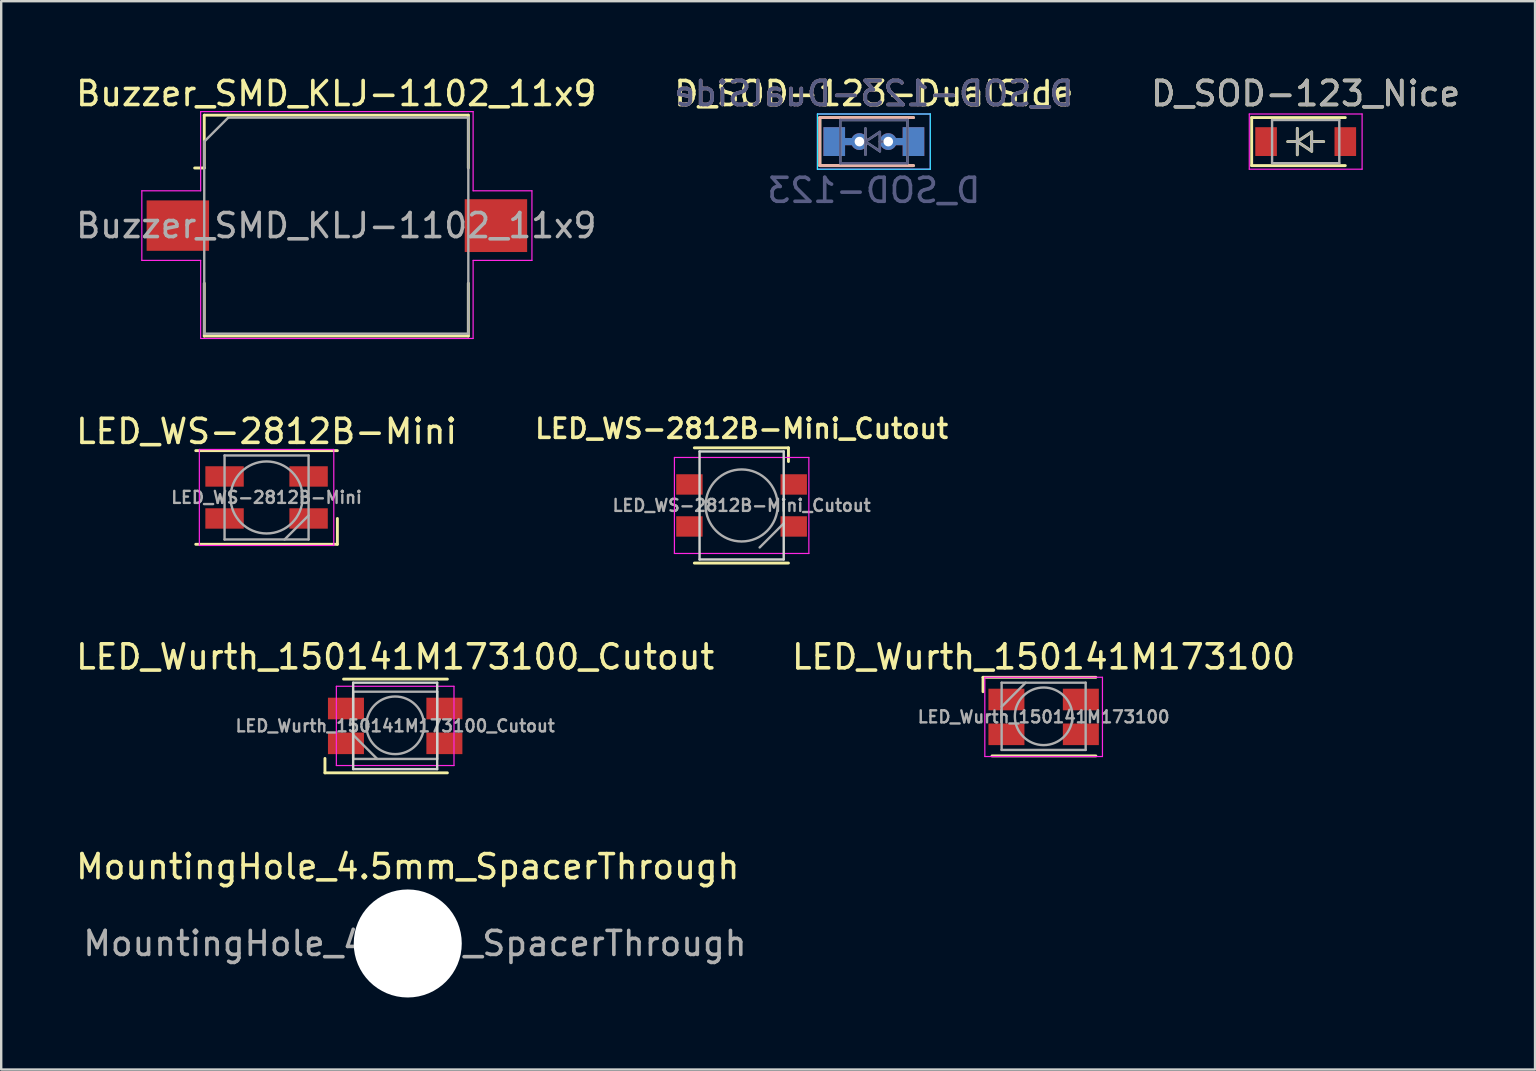
<source format=kicad_pcb>
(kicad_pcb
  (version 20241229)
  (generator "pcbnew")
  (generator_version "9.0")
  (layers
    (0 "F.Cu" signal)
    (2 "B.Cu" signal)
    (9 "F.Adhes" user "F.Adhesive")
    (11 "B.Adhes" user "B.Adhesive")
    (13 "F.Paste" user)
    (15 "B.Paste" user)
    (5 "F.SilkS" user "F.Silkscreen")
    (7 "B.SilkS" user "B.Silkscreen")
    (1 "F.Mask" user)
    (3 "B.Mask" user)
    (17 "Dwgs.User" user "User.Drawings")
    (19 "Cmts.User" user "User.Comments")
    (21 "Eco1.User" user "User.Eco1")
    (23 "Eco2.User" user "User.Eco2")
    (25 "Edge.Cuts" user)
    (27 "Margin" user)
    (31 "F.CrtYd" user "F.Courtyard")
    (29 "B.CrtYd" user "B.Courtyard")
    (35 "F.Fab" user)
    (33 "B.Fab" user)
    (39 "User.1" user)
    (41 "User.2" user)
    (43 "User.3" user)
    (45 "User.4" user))
  (footprint "LED_WS-2812B-Mini_Cutout"
    (layer "F.Cu")
    (at 27.843 18.005)
    (property "Reference" "LED_WS-2812B-Mini_Cutout" (at 0 -3.2 0) (layer "F.SilkS") (effects (font (size 0.8 0.8) (thickness 0.15))))
    (attr smd)
    (fp_line (start -1.97 -2.4) (end 1.95 -2.4) (stroke (width 0.12) (type solid)) (layer "F.SilkS"))
    (fp_line (start -1.97 2.4) (end 1.95 2.4) (stroke (width 0.12) (type solid)) (layer "F.SilkS"))
    (fp_line (start 1.95 -1.83) (end 1.95 -2.4) (stroke (width 0.12) (type solid)) (layer "F.SilkS"))
    (fp_line (start -1.753 -2.25) (end -1.753 2.25) (stroke (width 0.1) (type solid)) (layer "Edge.Cuts"))
    (fp_line (start -1.753 2.25) (end 1.753 2.25) (stroke (width 0.1) (type solid)) (layer "Edge.Cuts"))
    (fp_line (start 1.753 -2.25) (end -1.753 -2.25) (stroke (width 0.1) (type solid)) (layer "Edge.Cuts"))
    (fp_line (start 1.753 2.25) (end 1.753 -2.25) (stroke (width 0.1) (type solid)) (layer "Edge.Cuts"))
    (fp_line (start -2.8 -2) (end -2.8 2) (stroke (width 0.05) (type solid)) (layer "F.CrtYd"))
    (fp_line (start -2.8 2) (end 2.8 2) (stroke (width 0.05) (type solid)) (layer "F.CrtYd"))
    (fp_line (start 2.8 -2) (end -2.8 -2) (stroke (width 0.05) (type solid)) (layer "F.CrtYd"))
    (fp_line (start 2.8 2) (end 2.8 -2) (stroke (width 0.05) (type solid)) (layer "F.CrtYd"))
    (fp_line (start 1.75 0.75) (end 0.75 1.75) (stroke (width 0.1) (type solid)) (layer "F.Fab"))
    (fp_circle (center 0 0) (end 0 -1.5) (stroke (width 0.1) (type solid)) (fill no) (layer "F.Fab"))
    (fp_text user "${REFERENCE}" (at 0 0 0) (layer "F.Fab") (effects (font (size 0.5 0.5) (thickness 0.1))))
    (pad "1" smd rect (at -2.175 0.875) (size 1.1 0.85) (layers "F.Cu" "F.Mask" "F.Paste"))
    (pad "2" smd rect (at -2.175 -0.875) (size 1.1 0.85) (layers "F.Cu" "F.Mask" "F.Paste"))
    (pad "3" smd rect (at 2.17 -0.875) (size 1.1 0.85) (layers "F.Cu" "F.Mask" "F.Paste"))
    (pad "4" smd rect (at 2.17 0.875) (size 1.1 0.85) (layers "F.Cu" "F.Mask" "F.Paste")))
  (footprint "MountingHole_4.5mm_SpacerThrough"
    (layer "F.Cu")
    (at 13.935 36.251)
    (property "Reference" "MountingHole_4.5mm_SpacerThrough" (at 0 -3.2 0) (layer "F.SilkS") (effects (font (size 1 1) (thickness 0.15))))
    (attr exclude_from_pos_files exclude_from_bom)
    (fp_text user "${REFERENCE}" (at 0.3 0 0) (layer "F.Fab") (effects (font (size 1 1) (thickness 0.15))))
    (pad "" np_thru_hole circle (at 0 0) (size 4.5 4.5) (drill 4.5) (layers "*.Cu" "*.Mask")))
  (footprint "LED_Wurth_150141M173100_Cutout"
    (layer "F.Cu")
    (at 13.411 27.188)
    (property "Reference" "LED_Wurth_150141M173100_Cutout" (at 0 -2.875 0) (layer "F.SilkS") (effects (font (size 1 1) (thickness 0.15))))
    (attr smd)
    (fp_line (start -2.925 1.355) (end -2.925 1.955) (stroke (width 0.12) (type solid)) (layer "F.SilkS"))
    (fp_line (start 2.175 -1.95) (end -2.15 -1.95) (stroke (width 0.12) (type solid)) (layer "F.SilkS"))
    (fp_line (start 2.175 1.955) (end -2.925 1.955) (stroke (width 0.12) (type solid)) (layer "F.SilkS"))
    (fp_line (start -1.75 -1.8) (end -1.75 1.8) (stroke (width 0.1) (type solid)) (layer "Edge.Cuts"))
    (fp_line (start -1.75 -1.8) (end 1.75 -1.8) (stroke (width 0.1) (type solid)) (layer "Edge.Cuts"))
    (fp_line (start -1.75 1.8) (end 1.75 1.8) (stroke (width 0.1) (type solid)) (layer "Edge.Cuts"))
    (fp_line (start 1.75 1.8) (end 1.75 -1.8) (stroke (width 0.1) (type solid)) (layer "Edge.Cuts"))
    (fp_line (start -2.45 -1.65) (end -2.45 1.65) (stroke (width 0.05) (type solid)) (layer "F.CrtYd"))
    (fp_line (start -2.45 -1.65) (end 2.45 -1.65) (stroke (width 0.05) (type solid)) (layer "F.CrtYd"))
    (fp_line (start -2.45 1.65) (end 2.45 1.65) (stroke (width 0.05) (type solid)) (layer "F.CrtYd"))
    (fp_line (start 2.45 -1.65) (end 2.45 1.65) (stroke (width 0.05) (type solid)) (layer "F.CrtYd"))
    (fp_line (start -1.75 -1.425) (end -1.75 1.375) (stroke (width 0.1) (type solid)) (layer "F.Fab"))
    (fp_line (start -1.75 1.375) (end 1.75 1.375) (stroke (width 0.1) (type solid)) (layer "F.Fab"))
    (fp_line (start -0.75 1.375) (end -1.75 0.375) (stroke (width 0.1) (type solid)) (layer "F.Fab"))
    (fp_line (start 1.75 -1.425) (end -1.75 -1.425) (stroke (width 0.1) (type solid)) (layer "F.Fab"))
    (fp_line (start 1.75 1.375) (end 1.75 -1.425) (stroke (width 0.1) (type solid)) (layer "F.Fab"))
    (fp_circle (center 0 -0.025) (end 1.2 -0.025) (stroke (width 0.1) (type solid)) (fill no) (layer "F.Fab"))
    (fp_text user "${REFERENCE}" (at 0 0 0) (layer "F.Fab") (effects (font (size 0.5 0.5) (thickness 0.1))))
    (pad "1" smd rect (at 2.05 0.725) (size 1.5 0.9) (layers "F.Cu" "F.Mask" "F.Paste"))
    (pad "2" smd rect (at 2.05 -0.725) (size 1.5 0.9) (layers "F.Cu" "F.Mask" "F.Paste"))
    (pad "3" smd rect (at -2.05 0.725) (size 1.5 0.9) (layers "F.Cu" "F.Mask" "F.Paste"))
    (pad "4" smd rect (at -2.05 -0.725) (size 1.5 0.9) (layers "F.Cu" "F.Mask" "F.Paste")))
  (footprint "D_SOD-123_Nice"
    (layer "F.Cu")
    (at 51.339 2.848)
    (property "Reference" "D_SOD-123_Nice" (at 0 -2 0) (layer "F.SilkS") (effects (font (size 1 1) (thickness 0.15))))
    (attr smd)
    (fp_line (start -2.25 -1) (end -2.25 1) (stroke (width 0.12) (type solid)) (layer "F.SilkS"))
    (fp_line (start -2.25 -1) (end 1.65 -1) (stroke (width 0.12) (type solid)) (layer "F.SilkS"))
    (fp_line (start -2.25 1) (end 1.65 1) (stroke (width 0.12) (type solid)) (layer "F.SilkS"))
    (fp_line (start -0.75 0) (end -0.35 0) (stroke (width 0.12) (type solid)) (layer "F.SilkS"))
    (fp_line (start -0.35 0) (end -0.35 -0.55) (stroke (width 0.12) (type solid)) (layer "F.SilkS"))
    (fp_line (start -0.35 0) (end -0.35 0.55) (stroke (width 0.12) (type solid)) (layer "F.SilkS"))
    (fp_line (start -0.35 0) (end 0.25 -0.4) (stroke (width 0.12) (type solid)) (layer "F.SilkS"))
    (fp_line (start 0.25 -0.4) (end 0.25 0.4) (stroke (width 0.12) (type solid)) (layer "F.SilkS"))
    (fp_line (start 0.25 0) (end 0.75 0) (stroke (width 0.12) (type solid)) (layer "F.SilkS"))
    (fp_line (start 0.25 0.4) (end -0.35 0) (stroke (width 0.12) (type solid)) (layer "F.SilkS"))
    (fp_line (start -2.35 -1.15) (end -2.35 1.15) (stroke (width 0.05) (type solid)) (layer "F.CrtYd"))
    (fp_line (start -2.35 -1.15) (end 2.35 -1.15) (stroke (width 0.05) (type solid)) (layer "F.CrtYd"))
    (fp_line (start 2.35 -1.15) (end 2.35 1.15) (stroke (width 0.05) (type solid)) (layer "F.CrtYd"))
    (fp_line (start 2.35 1.15) (end -2.35 1.15) (stroke (width 0.05) (type solid)) (layer "F.CrtYd"))
    (fp_line (start -1.4 -0.9) (end 1.4 -0.9) (stroke (width 0.1) (type solid)) (layer "F.Fab"))
    (fp_line (start -1.4 0.9) (end -1.4 -0.9) (stroke (width 0.1) (type solid)) (layer "F.Fab"))
    (fp_line (start -0.75 0) (end -0.35 0) (stroke (width 0.1) (type solid)) (layer "F.Fab"))
    (fp_line (start -0.35 0) (end -0.35 -0.55) (stroke (width 0.1) (type solid)) (layer "F.Fab"))
    (fp_line (start -0.35 0) (end -0.35 0.55) (stroke (width 0.1) (type solid)) (layer "F.Fab"))
    (fp_line (start -0.35 0) (end 0.25 -0.4) (stroke (width 0.1) (type solid)) (layer "F.Fab"))
    (fp_line (start 0.25 -0.4) (end 0.25 0.4) (stroke (width 0.1) (type solid)) (layer "F.Fab"))
    (fp_line (start 0.25 0) (end 0.75 0) (stroke (width 0.1) (type solid)) (layer "F.Fab"))
    (fp_line (start 0.25 0.4) (end -0.35 0) (stroke (width 0.1) (type solid)) (layer "F.Fab"))
    (fp_line (start 1.4 -0.9) (end 1.4 0.9) (stroke (width 0.1) (type solid)) (layer "F.Fab"))
    (fp_line (start 1.4 0.9) (end -1.4 0.9) (stroke (width 0.1) (type solid)) (layer "F.Fab"))
    (fp_text user "${REFERENCE}" (at 0 -2 0) (layer "F.Fab") (effects (font (size 1 1) (thickness 0.15))))
    (pad "1" smd rect (at -1.65 0) (size 0.9 1.2) (layers "F.Cu" "F.Mask" "F.Paste"))
    (pad "2" smd rect (at 1.65 0) (size 0.9 1.2) (layers "F.Cu" "F.Mask" "F.Paste")))
  (footprint "LED_Wurth_150141M173100"
    (layer "F.Cu")
    (at 40.423 26.813)
    (property "Reference" "LED_Wurth_150141M173100" (at 0 -2.5 0) (layer "F.SilkS") (effects (font (size 1 1) (thickness 0.15))))
    (attr smd)
    (fp_line (start -2.525 -1.65) (end -2.525 -1.05) (stroke (width 0.12) (type solid)) (layer "F.SilkS"))
    (fp_line (start 2.175 -1.65) (end -2.525 -1.65) (stroke (width 0.12) (type solid)) (layer "F.SilkS"))
    (fp_line (start 2.175 1.625) (end -2.15 1.625) (stroke (width 0.12) (type solid)) (layer "F.SilkS"))
    (fp_line (start -2.45 -1.65) (end -2.45 1.65) (stroke (width 0.05) (type solid)) (layer "F.CrtYd"))
    (fp_line (start -2.45 -1.65) (end 2.45 -1.65) (stroke (width 0.05) (type solid)) (layer "F.CrtYd"))
    (fp_line (start -2.45 1.65) (end 2.45 1.65) (stroke (width 0.05) (type solid)) (layer "F.CrtYd"))
    (fp_line (start 2.45 -1.65) (end 2.45 1.65) (stroke (width 0.05) (type solid)) (layer "F.CrtYd"))
    (fp_line (start -1.75 -1.425) (end -1.75 1.375) (stroke (width 0.1) (type solid)) (layer "F.Fab"))
    (fp_line (start -1.75 -0.425) (end -0.75 -1.425) (stroke (width 0.1) (type solid)) (layer "F.Fab"))
    (fp_line (start -1.75 1.375) (end 1.75 1.375) (stroke (width 0.1) (type solid)) (layer "F.Fab"))
    (fp_line (start 1.75 -1.425) (end -1.75 -1.425) (stroke (width 0.1) (type solid)) (layer "F.Fab"))
    (fp_line (start 1.75 1.375) (end 1.75 -1.425) (stroke (width 0.1) (type solid)) (layer "F.Fab"))
    (fp_circle (center 0 -0.025) (end 1.2 -0.025) (stroke (width 0.1) (type solid)) (fill no) (layer "F.Fab"))
    (fp_text user "${REFERENCE}" (at 0 0 0) (layer "F.Fab") (effects (font (size 0.5 0.5) (thickness 0.1))))
    (pad "1" smd rect (at 1.55 -0.725) (size 1.5 0.9) (layers "F.Cu" "F.Mask" "F.Paste"))
    (pad "2" smd rect (at 1.55 0.725) (size 1.5 0.9) (layers "F.Cu" "F.Mask" "F.Paste"))
    (pad "3" smd rect (at -1.55 -0.725) (size 1.5 0.9) (layers "F.Cu" "F.Mask" "F.Paste"))
    (pad "4" smd rect (at -1.55 0.725) (size 1.5 0.9) (layers "F.Cu" "F.Mask" "F.Paste")))
  (footprint "Buzzer_SMD_KLJ-1102_11x9"
    (layer "F.Cu")
    (at 10.958 6.348)
    (property "Reference" "Buzzer_SMD_KLJ-1102_11x9" (at 0 -5.5 0) (layer "F.SilkS") (effects (font (size 1 1) (thickness 0.15))))
    (attr smd)
    (fp_line (start -5.5 -4.6) (end -5.5 -2.4) (stroke (width 0.12) (type solid)) (layer "F.SilkS"))
    (fp_line (start -5.5 -4.6) (end 5.5 -4.6) (stroke (width 0.12) (type solid)) (layer "F.SilkS"))
    (fp_line (start -5.5 -2.4) (end -5.9 -2.4) (stroke (width 0.12) (type solid)) (layer "F.SilkS"))
    (fp_line (start -5.5 2.4) (end -5.5 4.6) (stroke (width 0.12) (type solid)) (layer "F.SilkS"))
    (fp_line (start 5.5 -4.6) (end 5.5 -2.4) (stroke (width 0.12) (type solid)) (layer "F.SilkS"))
    (fp_line (start 5.5 2.4) (end 5.5 4.6) (stroke (width 0.12) (type solid)) (layer "F.SilkS"))
    (fp_line (start 5.5 4.6) (end -5.5 4.6) (stroke (width 0.12) (type solid)) (layer "F.SilkS"))
    (fp_line (start -8.1 -1.45) (end -5.65 -1.45) (stroke (width 0.05) (type solid)) (layer "F.CrtYd"))
    (fp_line (start -8.1 1.45) (end -8.1 -1.45) (stroke (width 0.05) (type solid)) (layer "F.CrtYd"))
    (fp_line (start -5.65 -4.75) (end 5.7 -4.75) (stroke (width 0.05) (type solid)) (layer "F.CrtYd"))
    (fp_line (start -5.65 -1.45) (end -5.65 -4.75) (stroke (width 0.05) (type solid)) (layer "F.CrtYd"))
    (fp_line (start -5.65 1.45) (end -8.1 1.45) (stroke (width 0.05) (type solid)) (layer "F.CrtYd"))
    (fp_line (start -5.65 4.7) (end -5.65 1.45) (stroke (width 0.05) (type solid)) (layer "F.CrtYd"))
    (fp_line (start 5.7 -4.75) (end 5.7 -1.45) (stroke (width 0.05) (type solid)) (layer "F.CrtYd"))
    (fp_line (start 5.7 -1.45) (end 8.15 -1.45) (stroke (width 0.05) (type solid)) (layer "F.CrtYd"))
    (fp_line (start 5.7 1.45) (end 5.7 4.7) (stroke (width 0.05) (type solid)) (layer "F.CrtYd"))
    (fp_line (start 5.7 4.7) (end -5.65 4.7) (stroke (width 0.05) (type solid)) (layer "F.CrtYd"))
    (fp_line (start 8.15 -1.45) (end 8.15 1.45) (stroke (width 0.05) (type solid)) (layer "F.CrtYd"))
    (fp_line (start 8.15 1.45) (end 5.7 1.45) (stroke (width 0.05) (type solid)) (layer "F.CrtYd"))
    (fp_line (start -5.5 -3.5) (end -5.5 4.5) (stroke (width 0.1) (type solid)) (layer "F.Fab"))
    (fp_line (start -5.5 4.5) (end 5.5 4.5) (stroke (width 0.1) (type solid)) (layer "F.Fab"))
    (fp_line (start -4.5 -4.5) (end -5.5 -3.5) (stroke (width 0.1) (type solid)) (layer "F.Fab"))
    (fp_line (start 5.5 -4.5) (end -4.5 -4.5) (stroke (width 0.1) (type solid)) (layer "F.Fab"))
    (fp_line (start 5.5 4.5) (end 5.5 -4.5) (stroke (width 0.1) (type solid)) (layer "F.Fab"))
    (fp_text user "${REFERENCE}" (at 0 0 0) (layer "F.Fab") (effects (font (size 1 1) (thickness 0.15))))
    (pad "1" smd rect (at -6.6 0) (size 2.6 2.1) (layers "F.Cu" "F.Mask" "F.Paste"))
    (pad "2" smd rect (at 6.65 0) (size 2.6 2.2) (layers "F.Cu" "F.Mask" "F.Paste")))
  (footprint "LED_WS-2812B-Mini"
    (layer "F.Cu")
    (at 8.054 17.672)
    (property "Reference" "LED_WS-2812B-Mini" (at 0 -2.75 0) (layer "F.SilkS") (effects (font (size 1 1) (thickness 0.15))))
    (attr smd)
    (fp_line (start -2.95 -1.95) (end 2.95 -1.95) (stroke (width 0.12) (type solid)) (layer "F.SilkS"))
    (fp_line (start -2.95 1.95) (end 2.95 1.95) (stroke (width 0.12) (type solid)) (layer "F.SilkS"))
    (fp_line (start 2.95 1.95) (end 2.95 0.875) (stroke (width 0.12) (type solid)) (layer "F.SilkS"))
    (fp_line (start -2.8 -2) (end -2.8 2) (stroke (width 0.05) (type solid)) (layer "F.CrtYd"))
    (fp_line (start -2.8 2) (end 2.8 2) (stroke (width 0.05) (type solid)) (layer "F.CrtYd"))
    (fp_line (start 2.8 -2) (end -2.8 -2) (stroke (width 0.05) (type solid)) (layer "F.CrtYd"))
    (fp_line (start 2.8 2) (end 2.8 -2) (stroke (width 0.05) (type solid)) (layer "F.CrtYd"))
    (fp_line (start -1.75 -1.75) (end -1.75 1.75) (stroke (width 0.1) (type solid)) (layer "F.Fab"))
    (fp_line (start -1.75 1.75) (end 1.75 1.75) (stroke (width 0.1) (type solid)) (layer "F.Fab"))
    (fp_line (start 1.75 -1.75) (end -1.75 -1.75) (stroke (width 0.1) (type solid)) (layer "F.Fab"))
    (fp_line (start 1.75 0.75) (end 0.75 1.75) (stroke (width 0.1) (type solid)) (layer "F.Fab"))
    (fp_line (start 1.75 1.75) (end 1.75 -1.75) (stroke (width 0.1) (type solid)) (layer "F.Fab"))
    (fp_circle (center 0 0) (end 0 -1.5) (stroke (width 0.1) (type solid)) (fill no) (layer "F.Fab"))
    (fp_text user "${REFERENCE}" (at 0 0 0) (layer "F.Fab") (effects (font (size 0.5 0.5) (thickness 0.1))))
    (pad "1" smd rect (at -1.75 -0.875) (size 1.6 0.85) (layers "F.Cu" "F.Mask" "F.Paste"))
    (pad "2" smd rect (at -1.75 0.875) (size 1.6 0.85) (layers "F.Cu" "F.Mask" "F.Paste"))
    (pad "3" smd rect (at 1.75 0.875) (size 1.6 0.85) (layers "F.Cu" "F.Mask" "F.Paste"))
    (pad "4" smd rect (at 1.75 -0.875) (size 1.6 0.85) (layers "F.Cu" "F.Mask" "F.Paste")))
  (footprint "D_SOD-123-DualSide"
    (layer "F.Cu")
    (at 33.351 2.848)
    (property "Reference" "D_SOD-123-DualSide" (at 0 -2 0) (layer "F.SilkS") (effects (font (size 1 1) (thickness 0.15))))
    (property "Value" "D_SOD-123" (at 0 2.032 0) (layer "F.Fab") (hide yes) (effects (font (size 1 1) (thickness 0.15))))
    (attr smd)
    (fp_line (start -2.25 -1) (end -2.25 1) (stroke (width 0.12) (type solid)) (layer "F.SilkS"))
    (fp_line (start -2.25 -1) (end 1.65 -1) (stroke (width 0.12) (type solid)) (layer "F.SilkS"))
    (fp_line (start -2.25 1) (end 1.65 1) (stroke (width 0.12) (type solid)) (layer "F.SilkS"))
    (fp_line (start -2.25 -1) (end -2.25 1) (stroke (width 0.12) (type solid)) (layer "B.SilkS"))
    (fp_line (start -2.25 -1) (end 1.65 -1) (stroke (width 0.12) (type solid)) (layer "B.SilkS"))
    (fp_line (start -2.25 1) (end 1.65 1) (stroke (width 0.12) (type solid)) (layer "B.SilkS"))
    (fp_line (start -2.35 -1.15) (end -2.35 1.15) (stroke (width 0.05) (type solid)) (layer "B.CrtYd"))
    (fp_line (start -2.35 -1.15) (end 2.35 -1.15) (stroke (width 0.05) (type solid)) (layer "B.CrtYd"))
    (fp_line (start 2.35 -1.15) (end 2.35 1.15) (stroke (width 0.05) (type solid)) (layer "B.CrtYd"))
    (fp_line (start 2.35 1.15) (end -2.35 1.15) (stroke (width 0.05) (type solid)) (layer "B.CrtYd"))
    (fp_line (start -2.35 -1.15) (end -2.35 1.15) (stroke (width 0.05) (type solid)) (layer "F.CrtYd"))
    (fp_line (start -2.35 -1.15) (end 2.35 -1.15) (stroke (width 0.05) (type solid)) (layer "F.CrtYd"))
    (fp_line (start 2.35 -1.15) (end 2.35 1.15) (stroke (width 0.05) (type solid)) (layer "F.CrtYd"))
    (fp_line (start 2.35 1.15) (end -2.35 1.15) (stroke (width 0.05) (type solid)) (layer "F.CrtYd"))
    (fp_line (start -1.4 -0.9) (end 1.4 -0.9) (stroke (width 0.1) (type solid)) (layer "B.Fab"))
    (fp_line (start -1.4 0.9) (end -1.4 -0.9) (stroke (width 0.1) (type solid)) (layer "B.Fab"))
    (fp_line (start -0.75 0) (end -0.35 0) (stroke (width 0.1) (type solid)) (layer "B.Fab"))
    (fp_line (start -0.35 0) (end -0.35 -0.55) (stroke (width 0.1) (type solid)) (layer "B.Fab"))
    (fp_line (start -0.35 0) (end -0.35 0.55) (stroke (width 0.1) (type solid)) (layer "B.Fab"))
    (fp_line (start -0.35 0) (end 0.25 -0.4) (stroke (width 0.1) (type solid)) (layer "B.Fab"))
    (fp_line (start 0.25 -0.4) (end 0.25 0.4) (stroke (width 0.1) (type solid)) (layer "B.Fab"))
    (fp_line (start 0.25 0) (end 0.75 0) (stroke (width 0.1) (type solid)) (layer "B.Fab"))
    (fp_line (start 0.25 0.4) (end -0.35 0) (stroke (width 0.1) (type solid)) (layer "B.Fab"))
    (fp_line (start 1.4 -0.9) (end 1.4 0.9) (stroke (width 0.1) (type solid)) (layer "B.Fab"))
    (fp_line (start 1.4 0.9) (end -1.4 0.9) (stroke (width 0.1) (type solid)) (layer "B.Fab"))
    (fp_line (start -1.4 -0.9) (end 1.4 -0.9) (stroke (width 0.1) (type solid)) (layer "F.Fab"))
    (fp_line (start -1.4 0.9) (end -1.4 -0.9) (stroke (width 0.1) (type solid)) (layer "F.Fab"))
    (fp_line (start -0.75 0) (end -0.35 0) (stroke (width 0.1) (type solid)) (layer "F.Fab"))
    (fp_line (start -0.35 0) (end -0.35 -0.55) (stroke (width 0.1) (type solid)) (layer "F.Fab"))
    (fp_line (start -0.35 0) (end -0.35 0.55) (stroke (width 0.1) (type solid)) (layer "F.Fab"))
    (fp_line (start -0.35 0) (end 0.25 -0.4) (stroke (width 0.1) (type solid)) (layer "F.Fab"))
    (fp_line (start 0.25 -0.4) (end 0.25 0.4) (stroke (width 0.1) (type solid)) (layer "F.Fab"))
    (fp_line (start 0.25 0) (end 0.75 0) (stroke (width 0.1) (type solid)) (layer "F.Fab"))
    (fp_line (start 0.25 0.4) (end -0.35 0) (stroke (width 0.1) (type solid)) (layer "F.Fab"))
    (fp_line (start 1.4 -0.9) (end 1.4 0.9) (stroke (width 0.1) (type solid)) (layer "F.Fab"))
    (fp_line (start 1.4 0.9) (end -1.4 0.9) (stroke (width 0.1) (type solid)) (layer "F.Fab"))
    (fp_text user "${REFERENCE}" (at 0 -2 0) (layer "B.SilkS") (effects (font (size 1 1) (thickness 0.15)) (justify mirror)))
    (fp_text user "${REFERENCE}" (at 0 -2 0) (layer "B.Fab") (effects (font (size 1 1) (thickness 0.15)) (justify mirror)))
    (fp_text user "${VALUE}" (at 0 2.032 0) (layer "B.Fab") (effects (font (size 1 1) (thickness 0.15)) (justify mirror)))
    (pad "1" smd rect (at -1.65 0) (size 0.9 1.2) (layers "F.Cu" "F.Mask" "F.Paste"))
    (pad "1" smd rect (at -1.65 0) (size 0.9 1.2) (layers "B.Cu" "B.Mask" "B.Paste"))
    (pad "1" smd rect (at -1.15 0) (size 1.1 0.3) (layers "F.Cu"))
    (pad "1" smd rect (at -1.15 0) (size 1.1 0.3) (layers "B.Cu"))
    (pad "1" thru_hole circle (at -0.6 0) (size 0.7 0.7) (drill 0.4) (layers "*.Cu"))
    (pad "2" thru_hole circle (at 0.6 0) (size 0.7 0.7) (drill 0.4) (layers "*.Cu"))
    (pad "2" smd rect (at 1.15 0) (size 1.1 0.3) (layers "F.Cu"))
    (pad "2" smd rect (at 1.15 0) (size 1.1 0.3) (layers "B.Cu"))
    (pad "2" smd rect (at 1.65 0) (size 0.9 1.2) (layers "F.Cu" "F.Mask" "F.Paste"))
    (pad "2" smd rect (at 1.65 0) (size 0.9 1.2) (layers "B.Cu" "B.Mask" "B.Paste")))
  (gr_rect
    (start -3 -3)
    (end 60.893 41.501)
    (stroke (width 0.1) (type default))
    (fill no)
    (layer "Edge.Cuts")))
</source>
